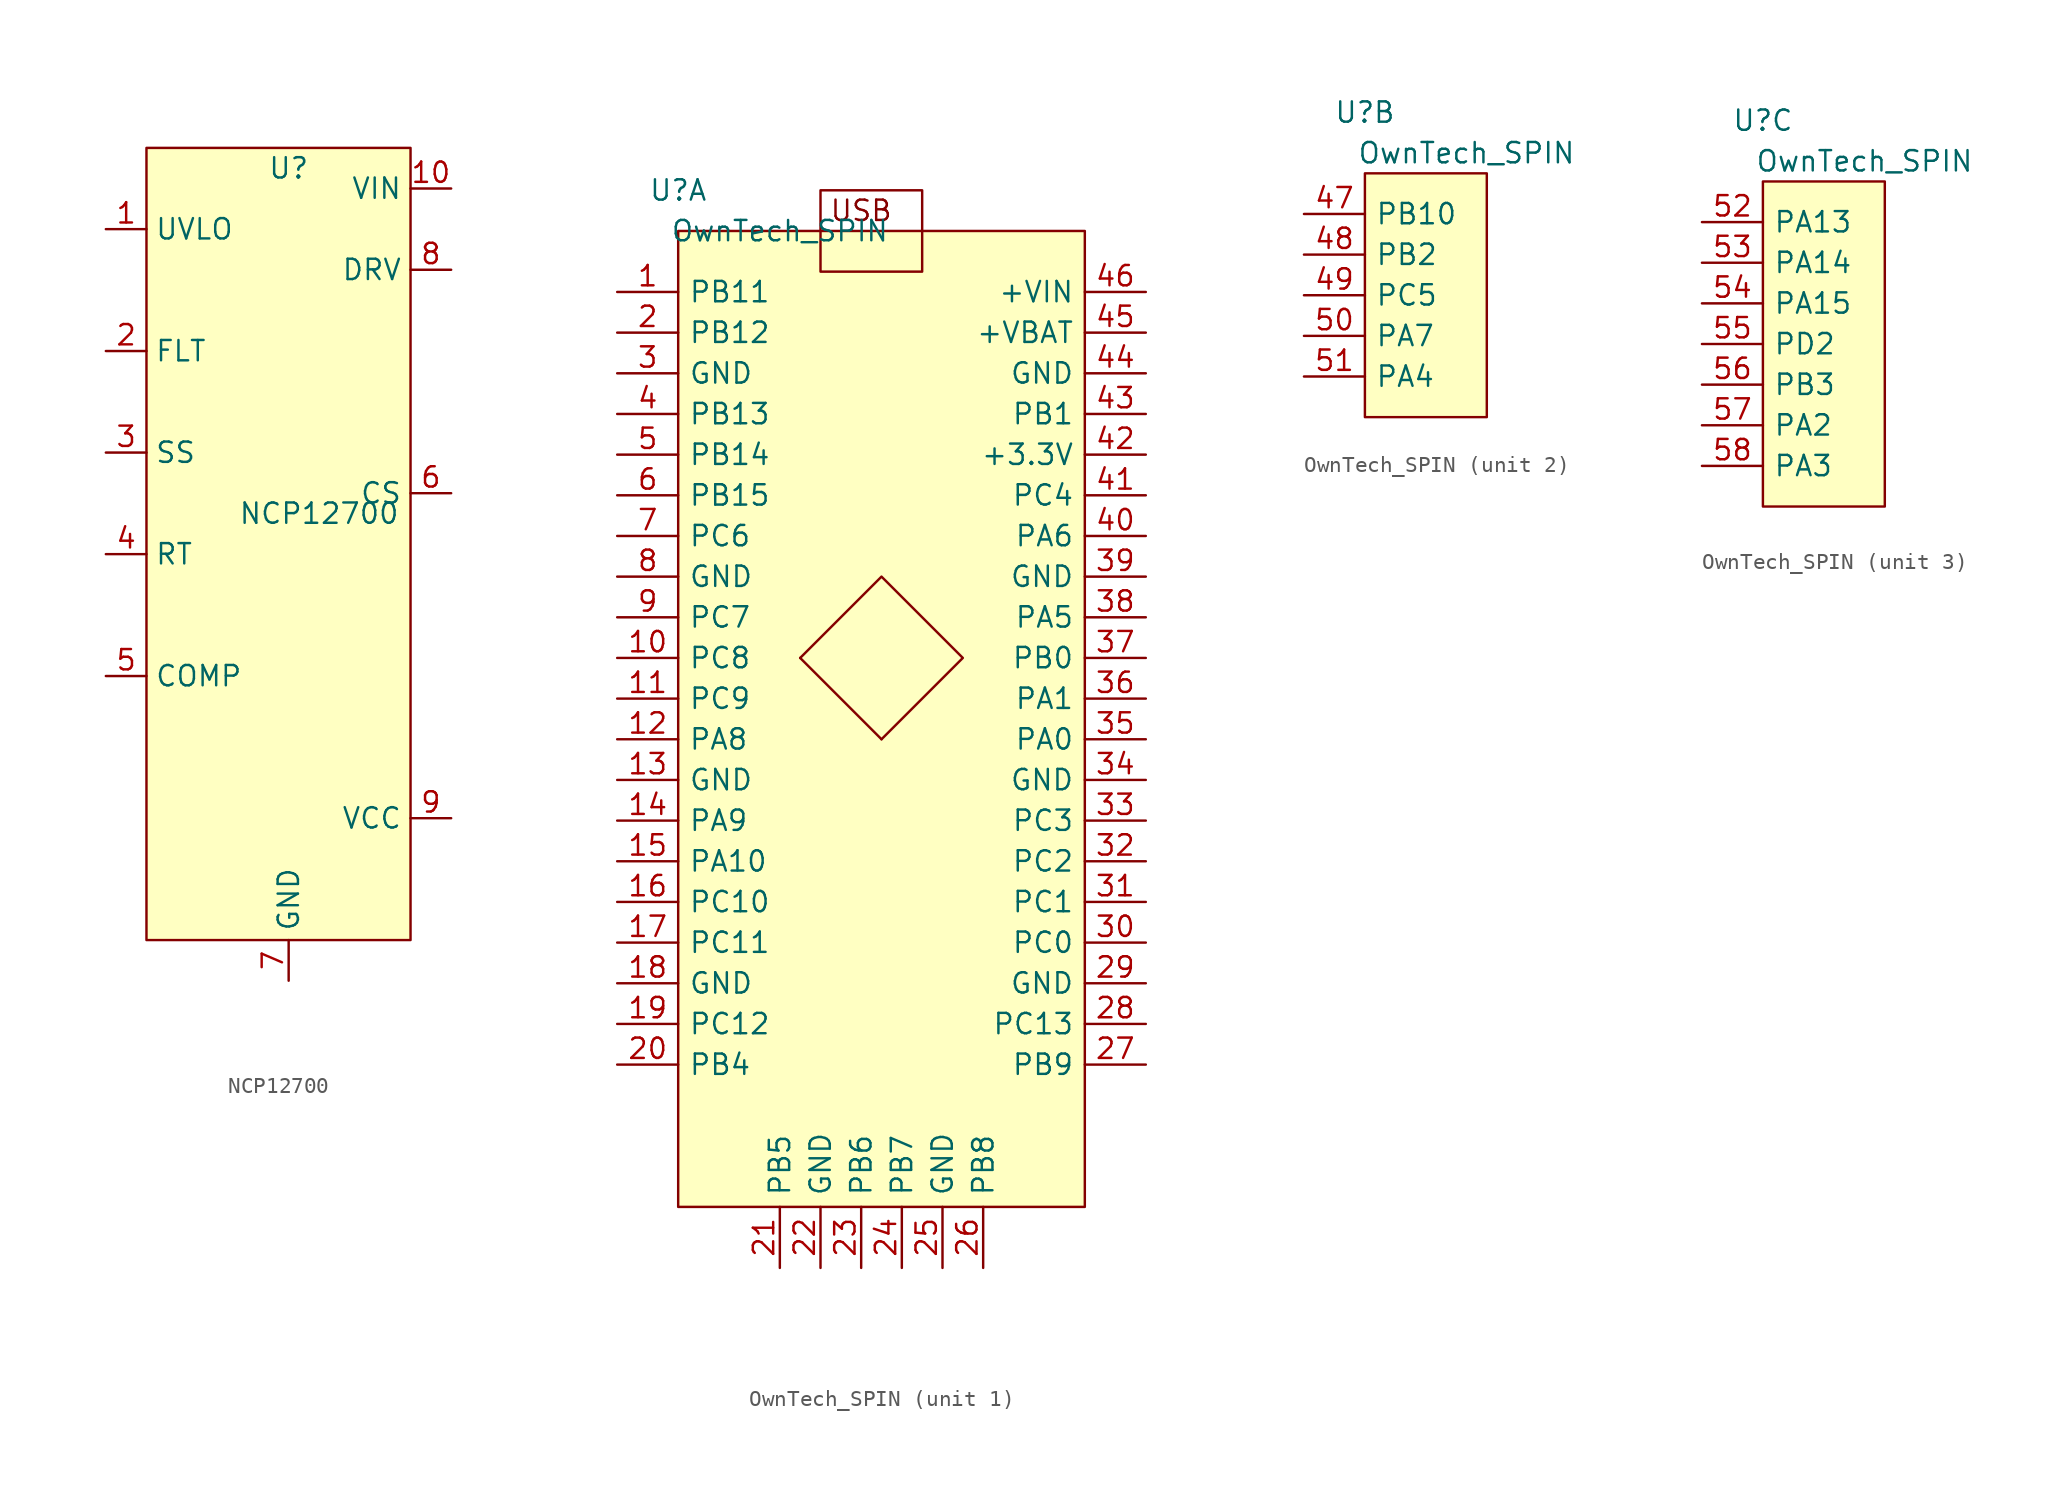
<source format=kicad_sym>
(kicad_symbol_lib
  (version 20220914)
  (generator kicad_symbol_editor)
  (symbol "NCP12700"
    (property "Reference" "U"
      (at 0 6.35 0)
      (effects (font (size 1.27 1.27))))
    (property "Value" "NCP12700"
      (at 1.905 -15.24 0)
      (effects (font (size 1.27 1.27))))
    (symbol "NCP12700_0_1"
      (rectangle (start -8.89 7.62) (end 7.62 -41.91) (stroke (width 0) (type default)) (fill (type background))))
    (symbol "NCP12700_1_1"
      (pin input line (at -11.43 2.54 0) (length 2.54) (name "UVLO" (effects (font (size 1.27 1.27)))) (number "1" (effects (font (size 1.27 1.27)))))
      (pin power_in line (at 10.16 5.08 180) (length 2.54) (name "VIN" (effects (font (size 1.27 1.27)))) (number "10" (effects (font (size 1.27 1.27)))))
      (pin input line (at -11.43 -5.08 0) (length 2.54) (name "FLT" (effects (font (size 1.27 1.27)))) (number "2" (effects (font (size 1.27 1.27)))))
      (pin input line (at -11.43 -11.43 0) (length 2.54) (name "SS" (effects (font (size 1.27 1.27)))) (number "3" (effects (font (size 1.27 1.27)))))
      (pin input line (at -11.43 -17.78 0) (length 2.54) (name "RT" (effects (font (size 1.27 1.27)))) (number "4" (effects (font (size 1.27 1.27)))))
      (pin input line (at -11.43 -25.4 0) (length 2.54) (name "COMP" (effects (font (size 1.27 1.27)))) (number "5" (effects (font (size 1.27 1.27)))))
      (pin input line (at 10.16 -13.97 180) (length 2.54) (name "CS" (effects (font (size 1.27 1.27)))) (number "6" (effects (font (size 1.27 1.27)))))
      (pin passive line (at 0 -44.45 90) (length 2.54) (name "GND" (effects (font (size 1.27 1.27)))) (number "7" (effects (font (size 1.27 1.27)))))
      (pin output line (at 10.16 0 180) (length 2.54) (name "DRV" (effects (font (size 1.27 1.27)))) (number "8" (effects (font (size 1.27 1.27)))))
      (pin power_in line (at 10.16 -34.29 180) (length 2.54) (name "VCC" (effects (font (size 1.27 1.27)))) (number "9" (effects (font (size 1.27 1.27)))))))
  (symbol "OwnTech_SPIN"
    (pin_names
      (offset 0.64))
    (property "Reference" "U"
      (at 0 10.16 0)
      (effects (font (size 1.27 1.27))))
    (property "Value" "OwnTech_SPIN"
      (at 6.35 7.62 0)
      (effects (font (size 1.27 1.27))))
    (property "ki_locked" ""
      (at 0 0 0)
      (effects (font (size 1.27 1.27))))
    (symbol "OwnTech_SPIN_1_1"
      (polyline (pts (xy 12.7 -24.13) (xy 7.62 -19.05)) (stroke (width 0) (type default)) (fill (type none)))
      (polyline (pts (xy 7.62 -19.05) (xy 12.7 -13.97) (xy 17.78 -19.05) (xy 12.7 -24.13)) (stroke (width 0) (type default)) (fill (type none)))
      (rectangle (start 0 7.62) (end 25.4 -53.34) (stroke (width 0) (type default)) (fill (type background)))
      (rectangle (start 8.89 10.16) (end 15.24 5.08) (stroke (width 0) (type default)) (fill (type none)))
      (text "USB" (at 11.43 8.89 0) (effects (font (size 1.27 1.27))))
      (pin passive line (at -3.81 3.81 0) (length 3.81) (name "PB11" (effects (font (size 1.27 1.27)))) (number "1" (effects (font (size 1.27 1.27)))))
      (pin passive line (at -3.81 -19.05 0) (length 3.81) (name "PC8" (effects (font (size 1.27 1.27)))) (number "10" (effects (font (size 1.27 1.27)))))
      (pin passive line (at -3.81 -21.59 0) (length 3.81) (name "PC9" (effects (font (size 1.27 1.27)))) (number "11" (effects (font (size 1.27 1.27)))))
      (pin passive line (at -3.81 -24.13 0) (length 3.81) (name "PA8" (effects (font (size 1.27 1.27)))) (number "12" (effects (font (size 1.27 1.27)))))
      (pin passive line (at -3.81 -26.67 0) (length 3.81) (name "GND" (effects (font (size 1.27 1.27)))) (number "13" (effects (font (size 1.27 1.27)))))
      (pin passive line (at -3.81 -29.21 0) (length 3.81) (name "PA9" (effects (font (size 1.27 1.27)))) (number "14" (effects (font (size 1.27 1.27)))))
      (pin passive line (at -3.81 -31.75 0) (length 3.81) (name "PA10" (effects (font (size 1.27 1.27)))) (number "15" (effects (font (size 1.27 1.27)))))
      (pin passive line (at -3.81 -34.29 0) (length 3.81) (name "PC10" (effects (font (size 1.27 1.27)))) (number "16" (effects (font (size 1.27 1.27)))))
      (pin passive line (at -3.81 -36.83 0) (length 3.81) (name "PC11" (effects (font (size 1.27 1.27)))) (number "17" (effects (font (size 1.27 1.27)))))
      (pin passive line (at -3.81 -39.37 0) (length 3.81) (name "GND" (effects (font (size 1.27 1.27)))) (number "18" (effects (font (size 1.27 1.27)))))
      (pin passive line (at -3.81 -41.91 0) (length 3.81) (name "PC12" (effects (font (size 1.27 1.27)))) (number "19" (effects (font (size 1.27 1.27)))))
      (pin passive line (at -3.81 1.27 0) (length 3.81) (name "PB12" (effects (font (size 1.27 1.27)))) (number "2" (effects (font (size 1.27 1.27)))))
      (pin passive line (at -3.81 -44.45 0) (length 3.81) (name "PB4" (effects (font (size 1.27 1.27)))) (number "20" (effects (font (size 1.27 1.27)))))
      (pin passive line (at 6.35 -57.15 90) (length 3.81) (name "PB5" (effects (font (size 1.27 1.27)))) (number "21" (effects (font (size 1.27 1.27)))))
      (pin passive line (at 8.89 -57.15 90) (length 3.81) (name "GND" (effects (font (size 1.27 1.27)))) (number "22" (effects (font (size 1.27 1.27)))))
      (pin passive line (at 11.43 -57.15 90) (length 3.81) (name "PB6" (effects (font (size 1.27 1.27)))) (number "23" (effects (font (size 1.27 1.27)))))
      (pin passive line (at 13.97 -57.15 90) (length 3.81) (name "PB7" (effects (font (size 1.27 1.27)))) (number "24" (effects (font (size 1.27 1.27)))))
      (pin passive line (at 16.51 -57.15 90) (length 3.81) (name "GND" (effects (font (size 1.27 1.27)))) (number "25" (effects (font (size 1.27 1.27)))))
      (pin passive line (at 19.05 -57.15 90) (length 3.81) (name "PB8" (effects (font (size 1.27 1.27)))) (number "26" (effects (font (size 1.27 1.27)))))
      (pin passive line (at 29.21 -44.45 180) (length 3.81) (name "PB9" (effects (font (size 1.27 1.27)))) (number "27" (effects (font (size 1.27 1.27)))))
      (pin passive line (at 29.21 -41.91 180) (length 3.81) (name "PC13" (effects (font (size 1.27 1.27)))) (number "28" (effects (font (size 1.27 1.27)))))
      (pin passive line (at 29.21 -39.37 180) (length 3.81) (name "GND" (effects (font (size 1.27 1.27)))) (number "29" (effects (font (size 1.27 1.27)))))
      (pin passive line (at -3.81 -1.27 0) (length 3.81) (name "GND" (effects (font (size 1.27 1.27)))) (number "3" (effects (font (size 1.27 1.27)))))
      (pin passive line (at 29.21 -36.83 180) (length 3.81) (name "PC0" (effects (font (size 1.27 1.27)))) (number "30" (effects (font (size 1.27 1.27)))))
      (pin passive line (at 29.21 -34.29 180) (length 3.81) (name "PC1" (effects (font (size 1.27 1.27)))) (number "31" (effects (font (size 1.27 1.27)))))
      (pin passive line (at 29.21 -31.75 180) (length 3.81) (name "PC2" (effects (font (size 1.27 1.27)))) (number "32" (effects (font (size 1.27 1.27)))))
      (pin passive line (at 29.21 -29.21 180) (length 3.81) (name "PC3" (effects (font (size 1.27 1.27)))) (number "33" (effects (font (size 1.27 1.27)))))
      (pin passive line (at 29.21 -26.67 180) (length 3.81) (name "GND" (effects (font (size 1.27 1.27)))) (number "34" (effects (font (size 1.27 1.27)))))
      (pin passive line (at 29.21 -24.13 180) (length 3.81) (name "PA0" (effects (font (size 1.27 1.27)))) (number "35" (effects (font (size 1.27 1.27)))))
      (pin passive line (at 29.21 -21.59 180) (length 3.81) (name "PA1" (effects (font (size 1.27 1.27)))) (number "36" (effects (font (size 1.27 1.27)))))
      (pin passive line (at 29.21 -19.05 180) (length 3.81) (name "PB0" (effects (font (size 1.27 1.27)))) (number "37" (effects (font (size 1.27 1.27)))))
      (pin passive line (at 29.21 -16.51 180) (length 3.81) (name "PA5" (effects (font (size 1.27 1.27)))) (number "38" (effects (font (size 1.27 1.27)))))
      (pin passive line (at 29.21 -13.97 180) (length 3.81) (name "GND" (effects (font (size 1.27 1.27)))) (number "39" (effects (font (size 1.27 1.27)))))
      (pin passive line (at -3.81 -3.81 0) (length 3.81) (name "PB13" (effects (font (size 1.27 1.27)))) (number "4" (effects (font (size 1.27 1.27)))))
      (pin passive line (at 29.21 -11.43 180) (length 3.81) (name "PA6" (effects (font (size 1.27 1.27)))) (number "40" (effects (font (size 1.27 1.27)))))
      (pin passive line (at 29.21 -8.89 180) (length 3.81) (name "PC4" (effects (font (size 1.27 1.27)))) (number "41" (effects (font (size 1.27 1.27)))))
      (pin power_out line (at 29.21 -6.35 180) (length 3.81) (name "+3.3V" (effects (font (size 1.27 1.27)))) (number "42" (effects (font (size 1.27 1.27)))))
      (pin passive line (at 29.21 -3.81 180) (length 3.81) (name "PB1" (effects (font (size 1.27 1.27)))) (number "43" (effects (font (size 1.27 1.27)))))
      (pin passive line (at 29.21 -1.27 180) (length 3.81) (name "GND" (effects (font (size 1.27 1.27)))) (number "44" (effects (font (size 1.27 1.27)))))
      (pin power_in line (at 29.21 1.27 180) (length 3.81) (name "+VBAT" (effects (font (size 1.27 1.27)))) (number "45" (effects (font (size 1.27 1.27)))))
      (pin power_in line (at 29.21 3.81 180) (length 3.81) (name "+VIN" (effects (font (size 1.27 1.27)))) (number "46" (effects (font (size 1.27 1.27)))))
      (pin passive line (at -3.81 -6.35 0) (length 3.81) (name "PB14" (effects (font (size 1.27 1.27)))) (number "5" (effects (font (size 1.27 1.27)))))
      (pin passive line (at -3.81 -8.89 0) (length 3.81) (name "PB15" (effects (font (size 1.27 1.27)))) (number "6" (effects (font (size 1.27 1.27)))))
      (pin passive line (at -3.81 -11.43 0) (length 3.81) (name "PC6" (effects (font (size 1.27 1.27)))) (number "7" (effects (font (size 1.27 1.27)))))
      (pin passive line (at -3.81 -13.97 0) (length 3.81) (name "GND" (effects (font (size 1.27 1.27)))) (number "8" (effects (font (size 1.27 1.27)))))
      (pin passive line (at -3.81 -16.51 0) (length 3.81) (name "PC7" (effects (font (size 1.27 1.27)))) (number "9" (effects (font (size 1.27 1.27))))))
    (symbol "OwnTech_SPIN_2_1"
      (rectangle (start 0 6.35) (end 7.62 -8.89) (stroke (width 0) (type default)) (fill (type background)))
      (pin passive line (at -3.81 3.81 0) (length 3.81) (name "PB10" (effects (font (size 1.27 1.27)))) (number "47" (effects (font (size 1.27 1.27)))))
      (pin passive line (at -3.81 1.27 0) (length 3.81) (name "PB2" (effects (font (size 1.27 1.27)))) (number "48" (effects (font (size 1.27 1.27)))))
      (pin passive line (at -3.81 -1.27 0) (length 3.81) (name "PC5" (effects (font (size 1.27 1.27)))) (number "49" (effects (font (size 1.27 1.27)))))
      (pin passive line (at -3.81 -3.81 0) (length 3.81) (name "PA7" (effects (font (size 1.27 1.27)))) (number "50" (effects (font (size 1.27 1.27)))))
      (pin passive line (at -3.81 -6.35 0) (length 3.81) (name "PA4" (effects (font (size 1.27 1.27)))) (number "51" (effects (font (size 1.27 1.27))))))
    (symbol "OwnTech_SPIN_3_1"
      (rectangle (start 0 6.35) (end 7.62 -13.97) (stroke (width 0) (type default)) (fill (type background)))
      (pin passive line (at -3.81 3.81 0) (length 3.81) (name "PA13" (effects (font (size 1.27 1.27)))) (number "52" (effects (font (size 1.27 1.27)))))
      (pin passive line (at -3.81 1.27 0) (length 3.81) (name "PA14" (effects (font (size 1.27 1.27)))) (number "53" (effects (font (size 1.27 1.27)))))
      (pin passive line (at -3.81 -1.27 0) (length 3.81) (name "PA15" (effects (font (size 1.27 1.27)))) (number "54" (effects (font (size 1.27 1.27)))))
      (pin passive line (at -3.81 -3.81 0) (length 3.81) (name "PD2" (effects (font (size 1.27 1.27)))) (number "55" (effects (font (size 1.27 1.27)))))
      (pin passive line (at -3.81 -6.35 0) (length 3.81) (name "PB3" (effects (font (size 1.27 1.27)))) (number "56" (effects (font (size 1.27 1.27)))))
      (pin passive line (at -3.81 -8.89 0) (length 3.81) (name "PA2" (effects (font (size 1.27 1.27)))) (number "57" (effects (font (size 1.27 1.27)))))
      (pin passive line (at -3.81 -11.43 0) (length 3.81) (name "PA3" (effects (font (size 1.27 1.27)))) (number "58" (effects (font (size 1.27 1.27))))))))
</source>
